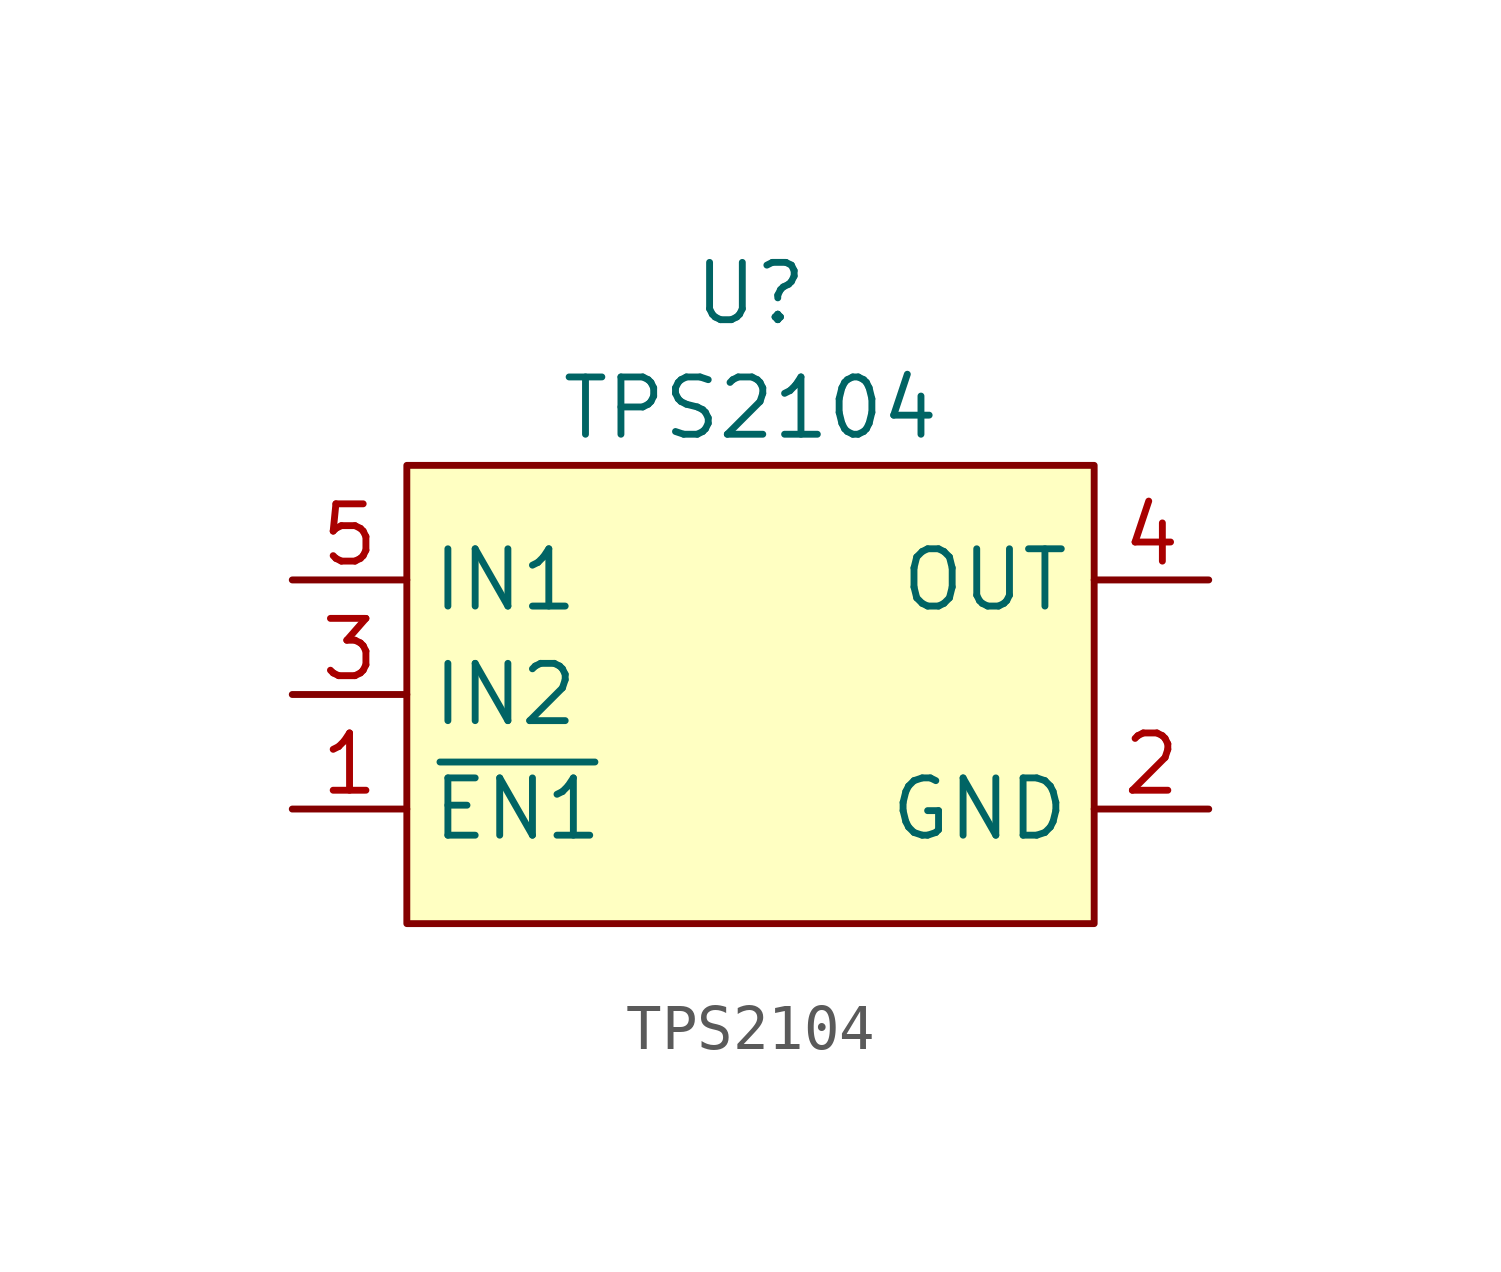
<source format=kicad_sym>
(kicad_symbol_lib
  (version 20220914)
  (generator kicad_symbol_editor)
  (symbol "TPS2104"
    (property "Reference" "U"
      (at 0 7.62 0)
      (effects (font (size 1.27 1.27))))
    (property "Value" "TPS2104"
      (at 0 5.08 0)
      (effects (font (size 1.27 1.27))))
    (symbol "TPS2104_1_1"
      (rectangle (start -7.62 3.81) (end 7.62 -6.35) (stroke (width 0) (type default)) (fill (type background)))
      (pin input line (at -10.16 -3.81 0) (length 2.54) (name "~{EN1}" (effects (font (size 1.27 1.27)))) (number "1" (effects (font (size 1.27 1.27)))))
      (pin power_in line (at 10.16 -3.81 180) (length 2.54) (name "GND" (effects (font (size 1.27 1.27)))) (number "2" (effects (font (size 1.27 1.27)))))
      (pin power_in line (at -10.16 -1.27 0) (length 2.54) (name "IN2" (effects (font (size 1.27 1.27)))) (number "3" (effects (font (size 1.27 1.27)))))
      (pin power_out line (at 10.16 1.27 180) (length 2.54) (name "OUT" (effects (font (size 1.27 1.27)))) (number "4" (effects (font (size 1.27 1.27)))))
      (pin power_in line (at -10.16 1.27 0) (length 2.54) (name "IN1" (effects (font (size 1.27 1.27)))) (number "5" (effects (font (size 1.27 1.27))))))))
</source>
